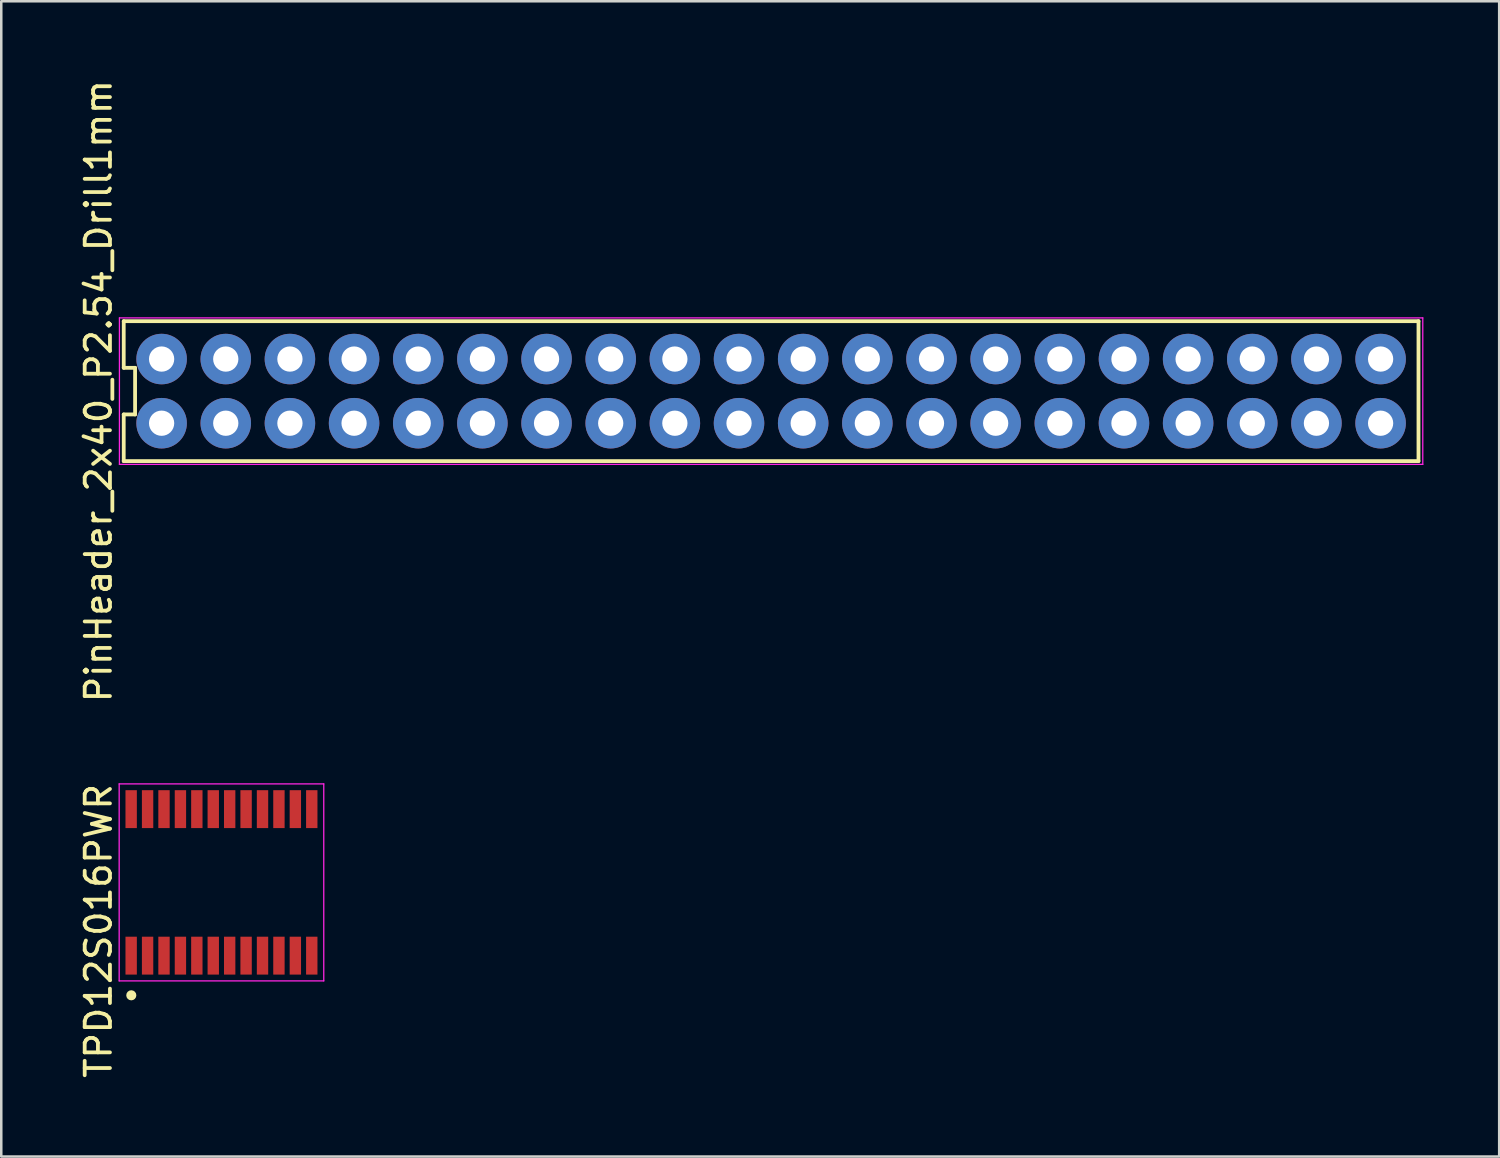
<source format=kicad_pcb>
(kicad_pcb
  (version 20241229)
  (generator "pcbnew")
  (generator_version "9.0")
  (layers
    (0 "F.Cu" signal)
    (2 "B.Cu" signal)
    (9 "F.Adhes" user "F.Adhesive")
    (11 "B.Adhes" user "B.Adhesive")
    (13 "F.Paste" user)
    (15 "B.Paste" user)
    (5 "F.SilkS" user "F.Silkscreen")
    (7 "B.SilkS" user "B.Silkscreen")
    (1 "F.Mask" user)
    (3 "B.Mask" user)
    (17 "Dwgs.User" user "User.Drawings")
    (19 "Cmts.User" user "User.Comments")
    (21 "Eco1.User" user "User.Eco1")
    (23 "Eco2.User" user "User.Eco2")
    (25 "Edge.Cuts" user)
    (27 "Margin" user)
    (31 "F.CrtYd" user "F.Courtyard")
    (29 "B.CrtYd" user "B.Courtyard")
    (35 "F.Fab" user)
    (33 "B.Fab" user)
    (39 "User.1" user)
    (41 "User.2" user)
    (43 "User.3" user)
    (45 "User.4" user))
  (footprint "TPD12S016PWR"
    (layer "F.Cu")
    (at 5.718 31.884)
    (property "Reference" "TPD12S016PWR" (at -4.87 1.92 90) (layer "F.SilkS") (effects (font (size 1 1) (thickness 0.15))))
    (attr smd)
    (fp_circle (center -3.57 4.47) (end -3.47 4.47) (stroke (width 0.2) (type solid)) (fill no) (layer "F.SilkS"))
    (fp_line (start -4.05 -3.9) (end 4.05 -3.9) (stroke (width 0.05) (type solid)) (layer "F.CrtYd"))
    (fp_line (start -4.05 3.9) (end -4.05 -3.9) (stroke (width 0.05) (type solid)) (layer "F.CrtYd"))
    (fp_line (start 4.05 -3.9) (end 4.05 3.9) (stroke (width 0.05) (type solid)) (layer "F.CrtYd"))
    (fp_line (start 4.05 3.9) (end -4.05 3.9) (stroke (width 0.05) (type solid)) (layer "F.CrtYd"))
    (pad "1" smd rect (at -3.575 2.9) (size 0.45 1.5) (layers "F.Cu" "F.Mask" "F.Paste"))
    (pad "2" smd rect (at -2.925 2.9) (size 0.45 1.5) (layers "F.Cu" "F.Mask" "F.Paste"))
    (pad "3" smd rect (at -2.275 2.9) (size 0.45 1.5) (layers "F.Cu" "F.Mask" "F.Paste"))
    (pad "4" smd rect (at -1.625 2.9) (size 0.45 1.5) (layers "F.Cu" "F.Mask" "F.Paste"))
    (pad "5" smd rect (at -0.975 2.9) (size 0.45 1.5) (layers "F.Cu" "F.Mask" "F.Paste"))
    (pad "6" smd rect (at -0.325 2.9) (size 0.45 1.5) (layers "F.Cu" "F.Mask" "F.Paste"))
    (pad "7" smd rect (at 0.325 2.9) (size 0.45 1.5) (layers "F.Cu" "F.Mask" "F.Paste"))
    (pad "8" smd rect (at 0.975 2.9) (size 0.45 1.5) (layers "F.Cu" "F.Mask" "F.Paste"))
    (pad "9" smd rect (at 1.625 2.9) (size 0.45 1.5) (layers "F.Cu" "F.Mask" "F.Paste"))
    (pad "10" smd rect (at 2.275 2.9) (size 0.45 1.5) (layers "F.Cu" "F.Mask" "F.Paste"))
    (pad "11" smd rect (at 2.925 2.9) (size 0.45 1.5) (layers "F.Cu" "F.Mask" "F.Paste"))
    (pad "12" smd rect (at 3.575 2.9) (size 0.45 1.5) (layers "F.Cu" "F.Mask" "F.Paste"))
    (pad "13" smd rect (at 3.575 -2.9) (size 0.45 1.5) (layers "F.Cu" "F.Mask" "F.Paste"))
    (pad "14" smd rect (at 2.925 -2.9) (size 0.45 1.5) (layers "F.Cu" "F.Mask" "F.Paste"))
    (pad "15" smd rect (at 2.275 -2.9) (size 0.45 1.5) (layers "F.Cu" "F.Mask" "F.Paste"))
    (pad "16" smd rect (at 1.625 -2.9) (size 0.45 1.5) (layers "F.Cu" "F.Mask" "F.Paste"))
    (pad "17" smd rect (at 0.975 -2.9) (size 0.45 1.5) (layers "F.Cu" "F.Mask" "F.Paste"))
    (pad "18" smd rect (at 0.325 -2.9) (size 0.45 1.5) (layers "F.Cu" "F.Mask" "F.Paste"))
    (pad "19" smd rect (at -0.325 -2.9) (size 0.45 1.5) (layers "F.Cu" "F.Mask" "F.Paste"))
    (pad "20" smd rect (at -0.975 -2.9) (size 0.45 1.5) (layers "F.Cu" "F.Mask" "F.Paste"))
    (pad "21" smd rect (at -1.625 -2.9) (size 0.45 1.5) (layers "F.Cu" "F.Mask" "F.Paste"))
    (pad "22" smd rect (at -2.275 -2.9) (size 0.45 1.5) (layers "F.Cu" "F.Mask" "F.Paste"))
    (pad "23" smd rect (at -2.925 -2.9) (size 0.45 1.5) (layers "F.Cu" "F.Mask" "F.Paste"))
    (pad "24" smd rect (at -3.575 -2.9) (size 0.45 1.5) (layers "F.Cu" "F.Mask" "F.Paste")))
  (footprint "PinHeader_2x40_P2.54_Drill1mm"
    (layer "F.Cu")
    (at 27.478 12.435)
    (property "Reference" "PinHeader_2x40_P2.54_Drill1mm" (at -26.63 0 90) (layer "F.SilkS") (effects (font (size 1 1) (thickness 0.15))))
    (attr through_hole)
    (fp_line (start -25.63 -2.77) (end -25.63 -0.923) (stroke (width 0.15) (type solid)) (layer "F.SilkS"))
    (fp_line (start -25.63 -0.923) (end -25.18 -0.923) (stroke (width 0.15) (type solid)) (layer "F.SilkS"))
    (fp_line (start -25.63 0.923) (end -25.63 2.77) (stroke (width 0.15) (type solid)) (layer "F.SilkS"))
    (fp_line (start -25.63 2.77) (end 25.63 2.77) (stroke (width 0.15) (type solid)) (layer "F.SilkS"))
    (fp_line (start -25.18 -0.923) (end -25.18 0.923) (stroke (width 0.15) (type solid)) (layer "F.SilkS"))
    (fp_line (start -25.18 0.923) (end -25.63 0.923) (stroke (width 0.15) (type solid)) (layer "F.SilkS"))
    (fp_line (start 25.63 -2.77) (end -25.63 -2.77) (stroke (width 0.15) (type solid)) (layer "F.SilkS"))
    (fp_line (start 25.63 2.77) (end 25.63 -2.77) (stroke (width 0.15) (type solid)) (layer "F.SilkS"))
    (fp_line (start -25.8 -2.9) (end 25.8 -2.9) (stroke (width 0.05) (type solid)) (layer "F.CrtYd"))
    (fp_line (start -25.8 2.9) (end -25.8 -2.9) (stroke (width 0.05) (type solid)) (layer "F.CrtYd"))
    (fp_line (start 25.8 -2.9) (end 25.8 2.9) (stroke (width 0.05) (type solid)) (layer "F.CrtYd"))
    (fp_line (start 25.8 2.9) (end -25.8 2.9) (stroke (width 0.05) (type solid)) (layer "F.CrtYd"))
    (pad "1" thru_hole circle (at -24.13 -1.27) (size 2 2) (drill 1) (layers "*.Cu" "*.Mask"))
    (pad "2" thru_hole circle (at -24.13 1.27) (size 2 2) (drill 1) (layers "*.Cu" "*.Mask"))
    (pad "3" thru_hole circle (at -21.59 -1.27) (size 2 2) (drill 1) (layers "*.Cu" "*.Mask"))
    (pad "4" thru_hole circle (at -21.59 1.27) (size 2 2) (drill 1) (layers "*.Cu" "*.Mask"))
    (pad "5" thru_hole circle (at -19.05 -1.27) (size 2 2) (drill 1) (layers "*.Cu" "*.Mask"))
    (pad "6" thru_hole circle (at -19.05 1.27) (size 2 2) (drill 1) (layers "*.Cu" "*.Mask"))
    (pad "7" thru_hole circle (at -16.51 -1.27) (size 2 2) (drill 1) (layers "*.Cu" "*.Mask"))
    (pad "8" thru_hole circle (at -16.51 1.27) (size 2 2) (drill 1) (layers "*.Cu" "*.Mask"))
    (pad "9" thru_hole circle (at -13.97 -1.27) (size 2 2) (drill 1) (layers "*.Cu" "*.Mask"))
    (pad "10" thru_hole circle (at -13.97 1.27) (size 2 2) (drill 1) (layers "*.Cu" "*.Mask"))
    (pad "11" thru_hole circle (at -11.43 -1.27) (size 2 2) (drill 1) (layers "*.Cu" "*.Mask"))
    (pad "12" thru_hole circle (at -11.43 1.27) (size 2 2) (drill 1) (layers "*.Cu" "*.Mask"))
    (pad "13" thru_hole circle (at -8.89 -1.27) (size 2 2) (drill 1) (layers "*.Cu" "*.Mask"))
    (pad "14" thru_hole circle (at -8.89 1.27) (size 2 2) (drill 1) (layers "*.Cu" "*.Mask"))
    (pad "15" thru_hole circle (at -6.35 -1.27) (size 2 2) (drill 1) (layers "*.Cu" "*.Mask"))
    (pad "16" thru_hole circle (at -6.35 1.27) (size 2 2) (drill 1) (layers "*.Cu" "*.Mask"))
    (pad "17" thru_hole circle (at -3.81 -1.27) (size 2 2) (drill 1) (layers "*.Cu" "*.Mask"))
    (pad "18" thru_hole circle (at -3.81 1.27) (size 2 2) (drill 1) (layers "*.Cu" "*.Mask"))
    (pad "19" thru_hole circle (at -1.27 -1.27) (size 2 2) (drill 1) (layers "*.Cu" "*.Mask"))
    (pad "20" thru_hole circle (at -1.27 1.27) (size 2 2) (drill 1) (layers "*.Cu" "*.Mask"))
    (pad "21" thru_hole circle (at 1.27 -1.27) (size 2 2) (drill 1) (layers "*.Cu" "*.Mask"))
    (pad "22" thru_hole circle (at 1.27 1.27) (size 2 2) (drill 1) (layers "*.Cu" "*.Mask"))
    (pad "23" thru_hole circle (at 3.81 -1.27) (size 2 2) (drill 1) (layers "*.Cu" "*.Mask"))
    (pad "24" thru_hole circle (at 3.81 1.27) (size 2 2) (drill 1) (layers "*.Cu" "*.Mask"))
    (pad "25" thru_hole circle (at 6.35 -1.27) (size 2 2) (drill 1) (layers "*.Cu" "*.Mask"))
    (pad "26" thru_hole circle (at 6.35 1.27) (size 2 2) (drill 1) (layers "*.Cu" "*.Mask"))
    (pad "27" thru_hole circle (at 8.89 -1.27) (size 2 2) (drill 1) (layers "*.Cu" "*.Mask"))
    (pad "28" thru_hole circle (at 8.89 1.27) (size 2 2) (drill 1) (layers "*.Cu" "*.Mask"))
    (pad "29" thru_hole circle (at 11.43 -1.27) (size 2 2) (drill 1) (layers "*.Cu" "*.Mask"))
    (pad "30" thru_hole circle (at 11.43 1.27) (size 2 2) (drill 1) (layers "*.Cu" "*.Mask"))
    (pad "31" thru_hole circle (at 13.97 -1.27) (size 2 2) (drill 1) (layers "*.Cu" "*.Mask"))
    (pad "32" thru_hole circle (at 13.97 1.27) (size 2 2) (drill 1) (layers "*.Cu" "*.Mask"))
    (pad "33" thru_hole circle (at 16.51 -1.27) (size 2 2) (drill 1) (layers "*.Cu" "*.Mask"))
    (pad "34" thru_hole circle (at 16.51 1.27) (size 2 2) (drill 1) (layers "*.Cu" "*.Mask"))
    (pad "35" thru_hole circle (at 19.05 -1.27) (size 2 2) (drill 1) (layers "*.Cu" "*.Mask"))
    (pad "36" thru_hole circle (at 19.05 1.27) (size 2 2) (drill 1) (layers "*.Cu" "*.Mask"))
    (pad "37" thru_hole circle (at 21.59 -1.27) (size 2 2) (drill 1) (layers "*.Cu" "*.Mask"))
    (pad "38" thru_hole circle (at 21.59 1.27) (size 2 2) (drill 1) (layers "*.Cu" "*.Mask"))
    (pad "39" thru_hole circle (at 24.13 -1.27) (size 2 2) (drill 1) (layers "*.Cu" "*.Mask"))
    (pad "40" thru_hole circle (at 24.13 1.27) (size 2 2) (drill 1) (layers "*.Cu" "*.Mask")))
  (gr_rect
    (start -3 -3)
    (end 56.303 42.738)
    (stroke (width 0.1) (type default))
    (fill no)
    (layer "Edge.Cuts")))
</source>
